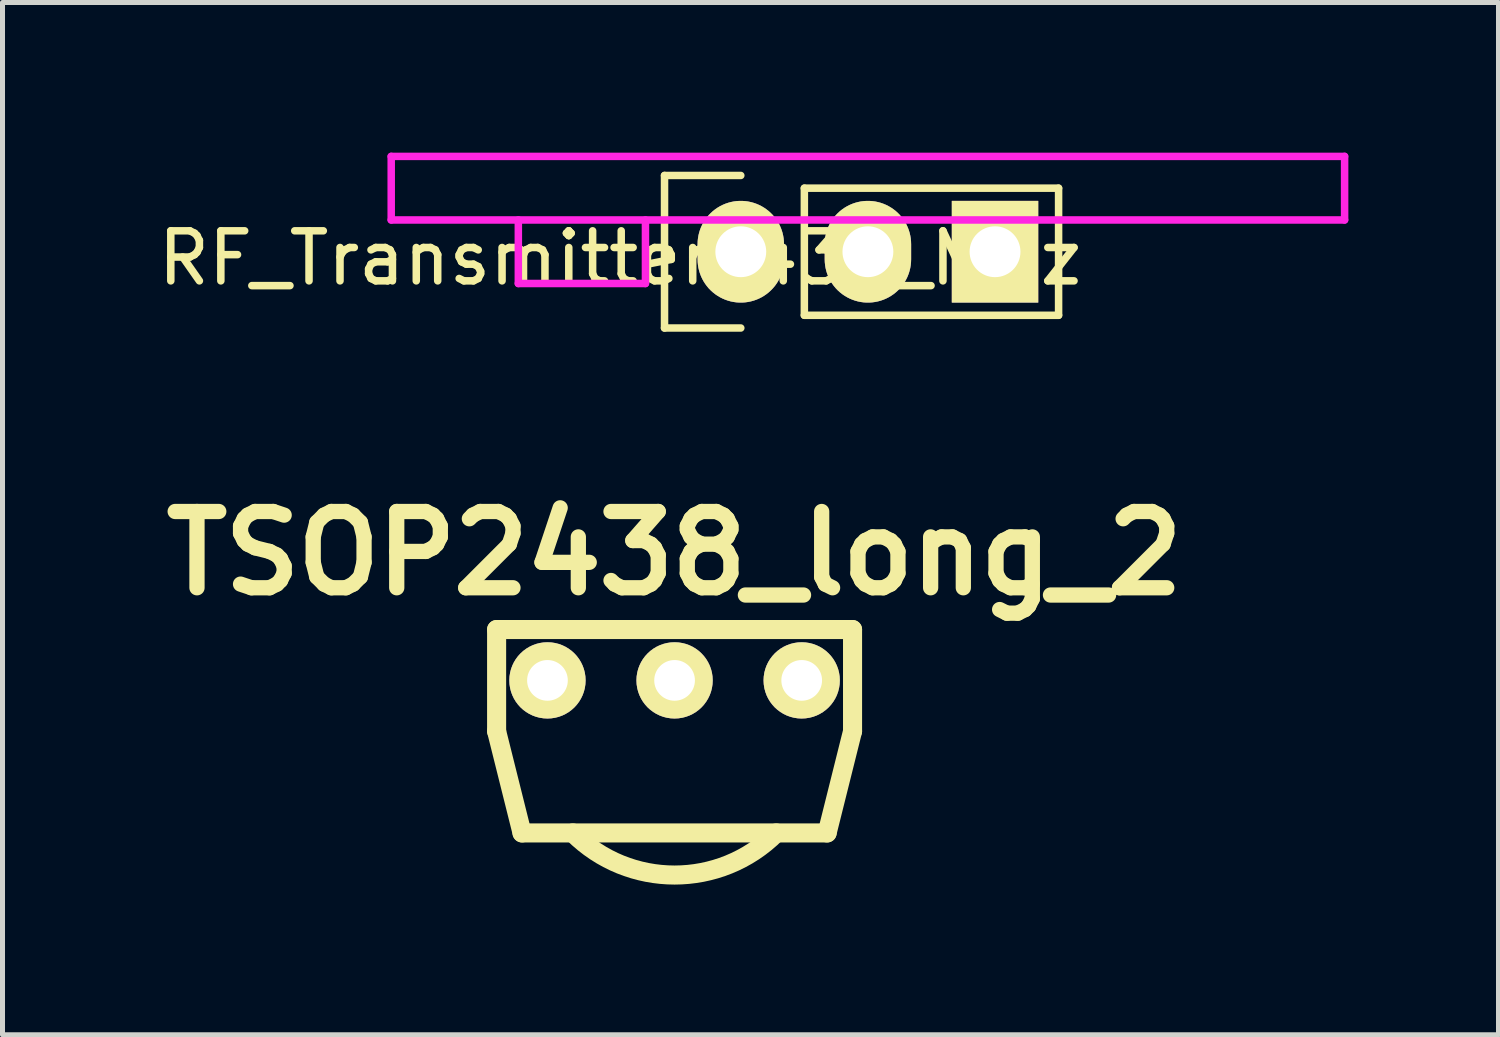
<source format=kicad_pcb>
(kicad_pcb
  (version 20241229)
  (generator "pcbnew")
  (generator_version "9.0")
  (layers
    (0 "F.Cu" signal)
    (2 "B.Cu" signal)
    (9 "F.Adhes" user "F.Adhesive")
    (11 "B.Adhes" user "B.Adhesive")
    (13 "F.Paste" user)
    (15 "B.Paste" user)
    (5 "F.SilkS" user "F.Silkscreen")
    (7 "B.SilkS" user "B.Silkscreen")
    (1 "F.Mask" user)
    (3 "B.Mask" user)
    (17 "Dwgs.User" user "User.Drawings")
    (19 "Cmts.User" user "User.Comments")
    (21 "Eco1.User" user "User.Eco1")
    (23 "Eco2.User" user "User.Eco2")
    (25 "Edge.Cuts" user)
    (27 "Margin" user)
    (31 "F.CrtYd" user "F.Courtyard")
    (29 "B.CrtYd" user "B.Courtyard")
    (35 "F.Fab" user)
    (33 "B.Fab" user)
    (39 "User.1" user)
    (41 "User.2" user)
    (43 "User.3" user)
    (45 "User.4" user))
  (footprint "RF_Transmitter_433_MHz"
    (layer "F.Cu")
    (at 14.292 1.98)
    (property "Reference" "RF_Transmitter_433_MHz" (at -4.953 0.127 0) (layer "F.SilkS") (effects (font (size 1 1) (thickness 0.15))))
    (attr through_hole)
    (fp_line (start -4.064 -1.524) (end -4.064 1.524) (stroke (width 0.15) (type solid)) (layer "F.SilkS"))
    (fp_line (start -4.064 1.524) (end -2.54 1.524) (stroke (width 0.15) (type solid)) (layer "F.SilkS"))
    (fp_line (start -2.54 -1.524) (end -4.064 -1.524) (stroke (width 0.15) (type solid)) (layer "F.SilkS"))
    (fp_line (start -1.27 -1.27) (end 3.81 -1.27) (stroke (width 0.15) (type solid)) (layer "F.SilkS"))
    (fp_line (start -1.27 1.27) (end -1.27 -1.27) (stroke (width 0.15) (type solid)) (layer "F.SilkS"))
    (fp_line (start 3.81 -1.27) (end 3.81 1.27) (stroke (width 0.15) (type solid)) (layer "F.SilkS"))
    (fp_line (start 3.81 1.27) (end -1.27 1.27) (stroke (width 0.15) (type solid)) (layer "F.SilkS"))
    (fp_line (start -9.525 -1.905) (end 9.525 -1.905) (stroke (width 0.15) (type solid)) (layer "F.CrtYd"))
    (fp_line (start -9.525 -0.635) (end -9.525 -1.905) (stroke (width 0.15) (type solid)) (layer "F.CrtYd"))
    (fp_line (start -6.985 -0.635) (end -6.985 0.635) (stroke (width 0.15) (type solid)) (layer "F.CrtYd"))
    (fp_line (start -6.985 0.635) (end -4.445 0.635) (stroke (width 0.15) (type solid)) (layer "F.CrtYd"))
    (fp_line (start -4.445 0.635) (end -4.445 -0.635) (stroke (width 0.15) (type solid)) (layer "F.CrtYd"))
    (fp_line (start 9.525 -1.905) (end 9.525 -0.635) (stroke (width 0.15) (type solid)) (layer "F.CrtYd"))
    (fp_line (start 9.525 -0.635) (end -9.525 -0.635) (stroke (width 0.15) (type solid)) (layer "F.CrtYd"))
    (pad "1" thru_hole rect (at 2.54 0 90) (size 2.032 1.727) (drill 1.016) (layers "*.Cu" "*.Mask" "F.SilkS"))
    (pad "2" thru_hole oval (at 0 0 90) (size 2.032 1.727) (drill 1.016) (layers "*.Cu" "*.Mask" "F.SilkS"))
    (pad "3" thru_hole oval (at -2.54 0 90) (size 2.032 1.727) (drill 1.016) (layers "*.Cu" "*.Mask" "F.SilkS")))
  (footprint "TSOP2438_long_2"
    (layer "F.Cu")
    (at 10.429 10.545)
    (property "Reference" "TSOP2438_long_2" (at 0 -2.54 0) (layer "F.SilkS") (effects (font (size 1.524 1.524) (thickness 0.305))))
    (attr through_hole)
    (fp_line (start -3.556 -1.016) (end -3.556 1.016) (stroke (width 0.381) (type solid)) (layer "F.SilkS"))
    (fp_line (start -3.556 1.016) (end -3.048 3.048) (stroke (width 0.381) (type solid)) (layer "F.SilkS"))
    (fp_line (start -3.048 3.048) (end 3.048 3.048) (stroke (width 0.381) (type solid)) (layer "F.SilkS"))
    (fp_line (start 3.048 3.048) (end 3.556 1.016) (stroke (width 0.381) (type solid)) (layer "F.SilkS"))
    (fp_line (start 3.556 -1.016) (end -3.556 -1.016) (stroke (width 0.381) (type solid)) (layer "F.SilkS"))
    (fp_line (start 3.556 1.016) (end 3.556 -1.016) (stroke (width 0.381) (type solid)) (layer "F.SilkS"))
    (fp_arc (start 2.032 3.048) (mid 0 3.889682) (end -2.032 3.048) (stroke (width 0.381) (type solid)) (layer "F.SilkS"))
    (pad "1" thru_hole circle (at -2.54 0) (size 1.524 1.524) (drill 0.813) (layers "*.Cu" "*.Mask" "F.SilkS"))
    (pad "2" thru_hole circle (at 0 0) (size 1.524 1.524) (drill 0.813) (layers "*.Cu" "*.Mask" "F.SilkS"))
    (pad "3" thru_hole circle (at 2.54 0) (size 1.524 1.524) (drill 0.813) (layers "*.Cu" "*.Mask" "F.SilkS")))
  (gr_rect
    (start -3 -3)
    (end 26.892 17.626)
    (stroke (width 0.1) (type default))
    (fill no)
    (layer "Edge.Cuts")))
</source>
